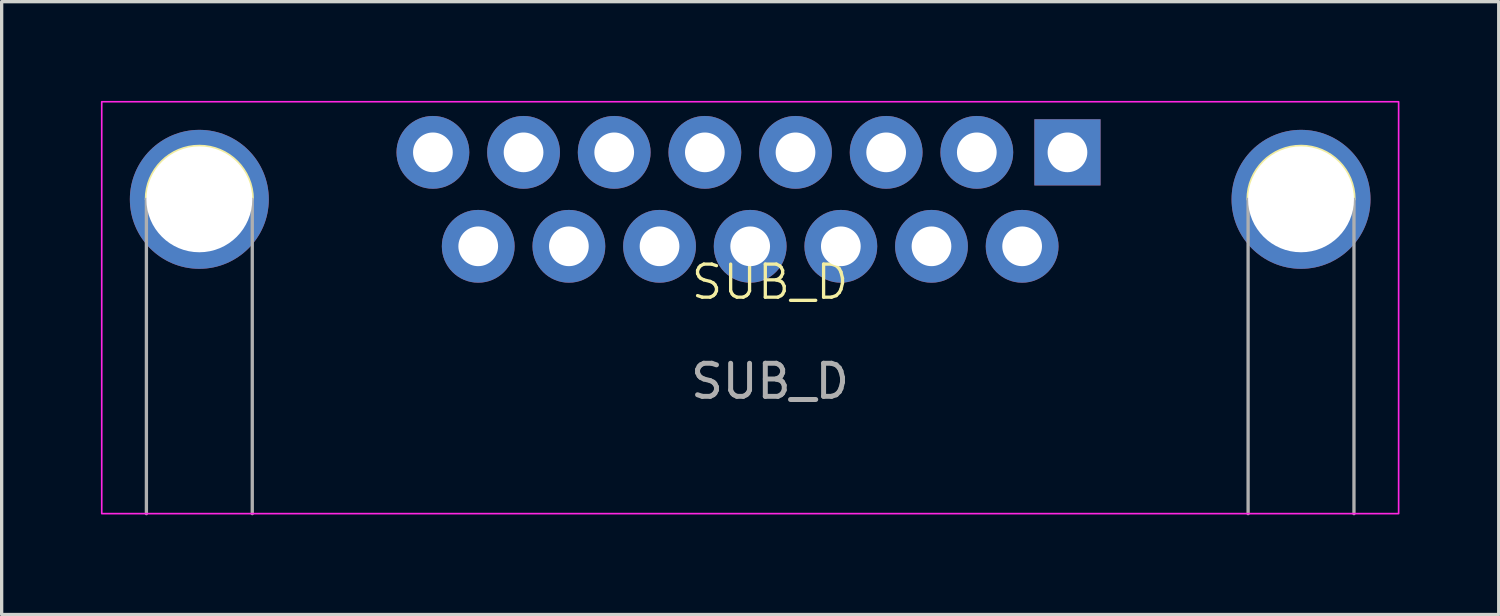
<source format=kicad_pcb>
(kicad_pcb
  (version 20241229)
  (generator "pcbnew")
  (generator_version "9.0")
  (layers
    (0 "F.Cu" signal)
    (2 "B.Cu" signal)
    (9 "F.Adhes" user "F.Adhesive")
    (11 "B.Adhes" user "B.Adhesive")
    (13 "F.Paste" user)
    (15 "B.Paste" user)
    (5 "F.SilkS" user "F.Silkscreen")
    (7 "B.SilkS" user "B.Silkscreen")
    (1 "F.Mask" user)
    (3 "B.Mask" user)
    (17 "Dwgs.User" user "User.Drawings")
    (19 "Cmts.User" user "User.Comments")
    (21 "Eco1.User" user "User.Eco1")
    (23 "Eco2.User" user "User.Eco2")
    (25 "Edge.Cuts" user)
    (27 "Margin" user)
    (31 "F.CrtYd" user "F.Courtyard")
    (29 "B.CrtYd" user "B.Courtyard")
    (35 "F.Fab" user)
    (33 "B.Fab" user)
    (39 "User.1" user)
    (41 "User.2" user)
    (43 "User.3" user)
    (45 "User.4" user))
  (footprint "SUB_D"
    (layer "F.Cu")
    (at 20.225 5.975)
    (property "Reference" "SUB_D" (at 0 -0.5 0) (unlocked yes) (layer "F.SilkS") (effects (font (size 1 1) (thickness 0.1))))
    (attr through_hole)
    (fp_arc (start -18.85 -3) (mid -17.25 -4.6) (end -15.65 -3) (stroke (width 0.1) (type default)) (layer "F.SilkS"))
    (fp_arc (start 14.45 -3) (mid 16.05 -4.6) (end 17.65 -3) (stroke (width 0.1) (type default)) (layer "F.SilkS"))
    (fp_rect (start -20.2 -5.95) (end 19 6.5) (stroke (width 0.05) (type solid)) (fill no) (layer "F.CrtYd"))
    (fp_line (start -18.85 6.5) (end -18.85 -3) (stroke (width 0.1) (type solid)) (layer "F.Fab"))
    (fp_line (start -15.65 6.5) (end -15.65 -3) (stroke (width 0.1) (type solid)) (layer "F.Fab"))
    (fp_line (start 14.45 6.5) (end 14.45 -3) (stroke (width 0.1) (type solid)) (layer "F.Fab"))
    (fp_line (start 17.65 6.5) (end 17.65 -3) (stroke (width 0.1) (type solid)) (layer "F.Fab"))
    (fp_text user "${REFERENCE}" (at 0 2.5 0) (unlocked yes) (layer "F.Fab") (effects (font (size 1 1) (thickness 0.15))))
    (pad "0" thru_hole circle (at -17.25 -3) (size 4.2 4.2) (drill 3.2) (layers "*.Cu" "*.Mask"))
    (pad "0" thru_hole circle (at 16.05 -3) (size 4.2 4.2) (drill 3.2) (layers "*.Cu" "*.Mask"))
    (pad "1" thru_hole rect (at 8.99 -4.42) (size 2 2) (drill 1.2) (layers "*.Cu" "*.Mask"))
    (pad "2" thru_hole circle (at 6.25 -4.42) (size 2.2 2.2) (drill 1.2) (layers "*.Cu" "*.Mask"))
    (pad "3" thru_hole circle (at 3.51 -4.42) (size 2.2 2.2) (drill 1.2) (layers "*.Cu" "*.Mask"))
    (pad "4" thru_hole circle (at 0.77 -4.42) (size 2.2 2.2) (drill 1.2) (layers "*.Cu" "*.Mask"))
    (pad "5" thru_hole circle (at -1.97 -4.42) (size 2.2 2.2) (drill 1.2) (layers "*.Cu" "*.Mask"))
    (pad "6" thru_hole circle (at -4.71 -4.42) (size 2.2 2.2) (drill 1.2) (layers "*.Cu" "*.Mask"))
    (pad "7" thru_hole circle (at -7.45 -4.42) (size 2.2 2.2) (drill 1.2) (layers "*.Cu" "*.Mask"))
    (pad "8" thru_hole circle (at -10.19 -4.42) (size 2.2 2.2) (drill 1.2) (layers "*.Cu" "*.Mask"))
    (pad "9" thru_hole circle (at 7.62 -1.58) (size 2.2 2.2) (drill 1.2) (layers "*.Cu" "*.Mask"))
    (pad "10" thru_hole circle (at 4.88 -1.58) (size 2.2 2.2) (drill 1.2) (layers "*.Cu" "*.Mask"))
    (pad "11" thru_hole circle (at 2.14 -1.58) (size 2.2 2.2) (drill 1.2) (layers "*.Cu" "*.Mask"))
    (pad "12" thru_hole circle (at -0.6 -1.58) (size 2.2 2.2) (drill 1.2) (layers "*.Cu" "*.Mask"))
    (pad "13" thru_hole circle (at -3.34 -1.58) (size 2.2 2.2) (drill 1.2) (layers "*.Cu" "*.Mask"))
    (pad "14" thru_hole circle (at -6.08 -1.58) (size 2.2 2.2) (drill 1.2) (layers "*.Cu" "*.Mask"))
    (pad "15" thru_hole circle (at -8.82 -1.58) (size 2.2 2.2) (drill 1.2) (layers "*.Cu" "*.Mask")))
  (gr_rect
    (start -3 -3)
    (end 42.25 15.525)
    (stroke (width 0.1) (type default))
    (fill no)
    (layer "Edge.Cuts")))
</source>
